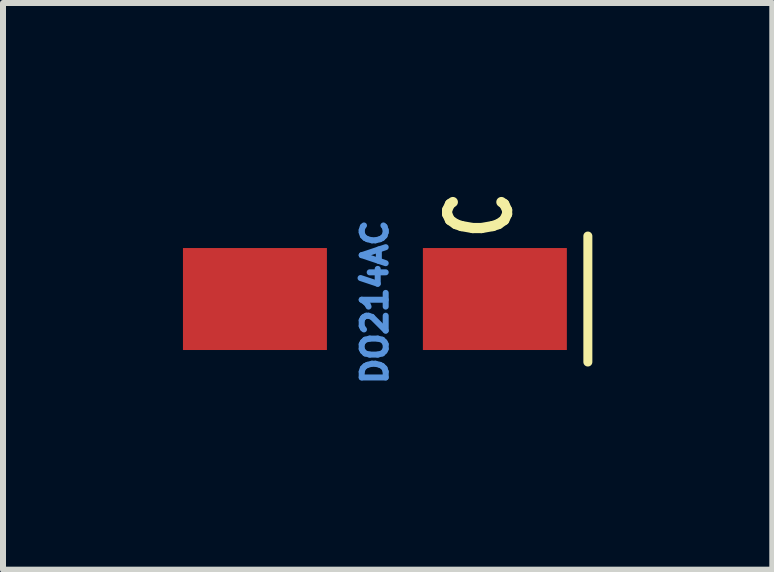
<source format=kicad_pcb>
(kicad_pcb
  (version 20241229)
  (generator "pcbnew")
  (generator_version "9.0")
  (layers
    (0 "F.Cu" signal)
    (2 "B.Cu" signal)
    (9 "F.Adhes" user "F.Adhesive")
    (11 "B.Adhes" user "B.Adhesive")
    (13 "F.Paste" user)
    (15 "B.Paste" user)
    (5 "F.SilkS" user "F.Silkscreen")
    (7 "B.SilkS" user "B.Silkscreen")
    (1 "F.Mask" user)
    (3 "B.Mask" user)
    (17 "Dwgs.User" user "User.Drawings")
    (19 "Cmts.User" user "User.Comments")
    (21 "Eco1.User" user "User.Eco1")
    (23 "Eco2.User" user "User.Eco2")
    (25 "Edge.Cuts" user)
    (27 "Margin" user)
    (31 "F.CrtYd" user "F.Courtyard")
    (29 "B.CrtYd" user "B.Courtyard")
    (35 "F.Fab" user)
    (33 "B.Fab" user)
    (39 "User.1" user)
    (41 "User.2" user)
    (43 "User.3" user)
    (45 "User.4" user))
  (footprint "DO214AC"
    (layer "F.Cu")
    (at 3.2 1.985)
    (property "Reference" "DO214AC" (at 0 0 90) (layer "Cmts.User") (effects (font (size 0.4 0.4) (thickness 0.1))))
    (attr through_hole)
    (fp_line (start 3.55 -1.1) (end 3.55 1) (stroke (width 0.15) (type solid)) (layer "F.SilkS"))
    (fp_text user "C" (at 1.75 -1.45 90) (layer "F.SilkS") (effects (font (size 1 0.7) (thickness 0.17))))
    (pad "1" smd rect (at -2 -0.05) (size 2.4 1.7) (layers "F.Cu" "F.Mask" "F.Paste"))
    (pad "2" smd rect (at 2 -0.05) (size 2.4 1.7) (layers "F.Cu" "F.Mask" "F.Paste")))
  (gr_rect
    (start -3 -3)
    (end 9.825 6.447)
    (stroke (width 0.1) (type default))
    (fill no)
    (layer "Edge.Cuts")))
</source>
